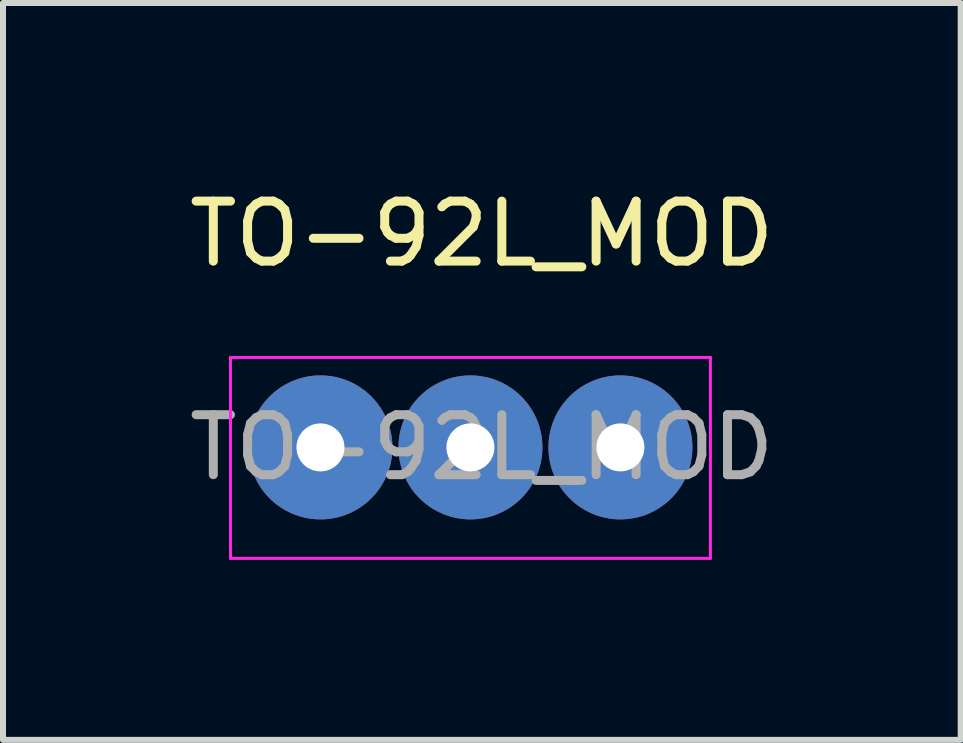
<source format=kicad_pcb>
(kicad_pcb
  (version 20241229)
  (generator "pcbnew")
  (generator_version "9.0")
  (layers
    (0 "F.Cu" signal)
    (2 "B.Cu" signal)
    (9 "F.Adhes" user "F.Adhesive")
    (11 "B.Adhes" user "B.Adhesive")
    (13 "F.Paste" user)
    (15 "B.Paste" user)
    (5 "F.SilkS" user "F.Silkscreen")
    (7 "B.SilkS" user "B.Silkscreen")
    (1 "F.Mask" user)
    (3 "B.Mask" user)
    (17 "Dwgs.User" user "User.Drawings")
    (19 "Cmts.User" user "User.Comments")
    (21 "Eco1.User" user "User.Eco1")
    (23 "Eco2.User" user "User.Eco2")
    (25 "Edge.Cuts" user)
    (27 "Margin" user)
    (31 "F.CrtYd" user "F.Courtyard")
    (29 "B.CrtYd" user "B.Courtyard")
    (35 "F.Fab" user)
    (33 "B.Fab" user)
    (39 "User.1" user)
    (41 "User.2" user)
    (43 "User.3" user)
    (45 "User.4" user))
  (footprint "TO-92L_MOD"
    (layer "F.Cu")
    (at 3.792 4.408)
    (property "Reference" "TO-92L_MOD" (at 1.19 -3.56 180) (layer "F.SilkS") (effects (font (size 1 1) (thickness 0.15))))
    (attr through_hole)
    (fp_line (start -3 -1.5) (end -3 1.85) (stroke (width 0.05) (type solid)) (layer "F.CrtYd"))
    (fp_line (start -3 -1.5) (end 5 -1.5) (stroke (width 0.05) (type solid)) (layer "F.CrtYd"))
    (fp_line (start 5 1.85) (end -3 1.85) (stroke (width 0.05) (type solid)) (layer "F.CrtYd"))
    (fp_line (start 5 1.85) (end 5 -1.5) (stroke (width 0.05) (type solid)) (layer "F.CrtYd"))
    (fp_text user "${REFERENCE}" (at 1.19 0 180) (layer "F.Fab") (effects (font (size 1 1) (thickness 0.15))))
    (pad "1" thru_hole circle (at -1.5 0) (size 2.4 2.4) (drill 0.8) (layers "*.Cu" "*.Mask"))
    (pad "2" thru_hole circle (at 1 0) (size 2.4 2.4) (drill 0.8) (layers "*.Cu" "*.Mask"))
    (pad "3" thru_hole circle (at 3.5 0) (size 2.4 2.4) (drill 0.8) (layers "*.Cu" "*.Mask")))
  (gr_rect
    (start -3 -3)
    (end 12.964 9.283)
    (stroke (width 0.1) (type default))
    (fill no)
    (layer "Edge.Cuts")))
</source>
